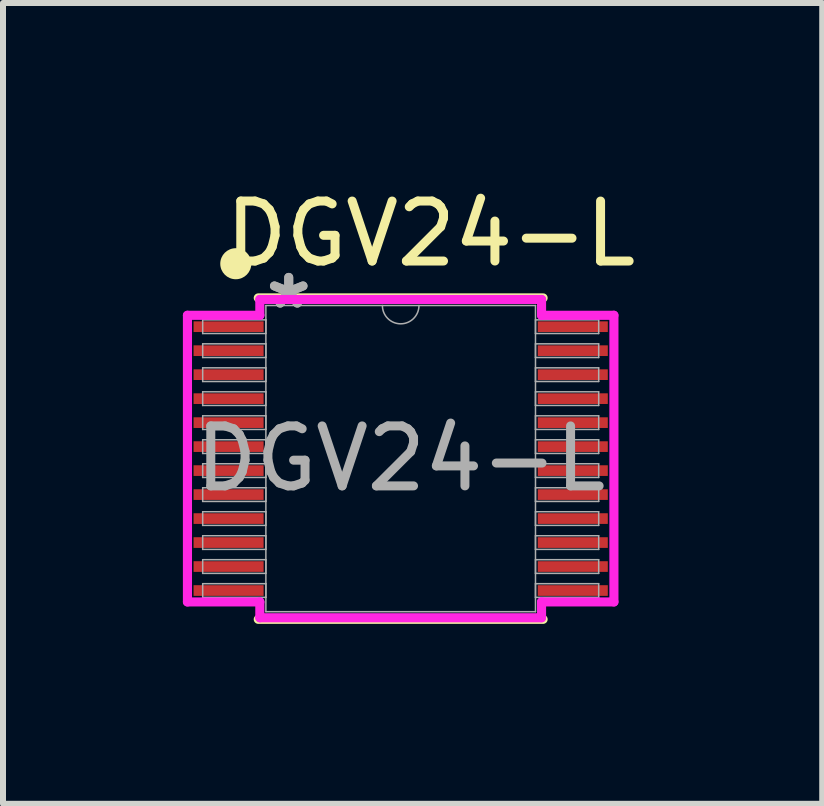
<source format=kicad_pcb>
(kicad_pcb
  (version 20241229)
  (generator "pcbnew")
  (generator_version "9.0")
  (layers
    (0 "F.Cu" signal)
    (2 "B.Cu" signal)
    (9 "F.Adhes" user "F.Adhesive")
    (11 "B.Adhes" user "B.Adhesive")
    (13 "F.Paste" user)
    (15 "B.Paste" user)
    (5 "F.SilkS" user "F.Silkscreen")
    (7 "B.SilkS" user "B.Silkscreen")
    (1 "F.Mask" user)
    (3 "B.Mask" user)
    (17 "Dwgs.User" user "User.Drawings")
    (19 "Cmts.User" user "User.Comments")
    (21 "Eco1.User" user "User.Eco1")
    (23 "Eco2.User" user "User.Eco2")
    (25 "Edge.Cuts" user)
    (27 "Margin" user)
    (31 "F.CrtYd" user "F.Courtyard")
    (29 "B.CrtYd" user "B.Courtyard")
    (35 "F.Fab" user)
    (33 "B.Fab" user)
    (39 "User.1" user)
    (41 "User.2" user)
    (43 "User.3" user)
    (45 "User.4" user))
  (footprint "DGV24-L"
    (layer "F.Cu")
    (at 3.632 4.598)
    (property "Reference" "DGV24-L" (at 0.5 -3.75 0) (unlocked yes) (layer "F.SilkS") (effects (font (size 1 1) (thickness 0.15))))
    (attr smd)
    (fp_line (start -2.375 2.68) (end 2.375 2.68) (stroke (width 0.152) (type solid)) (layer "F.SilkS"))
    (fp_line (start 2.375 -2.68) (end -2.375 -2.68) (stroke (width 0.152) (type solid)) (layer "F.SilkS"))
    (fp_circle (center -2.75 -3.25) (end -2.575 -3.136) (stroke (width 0.1) (type default)) (fill yes) (layer "F.SilkS"))
    (fp_line (start -3.556 -2.39) (end -2.349 -2.39) (stroke (width 0.152) (type solid)) (layer "F.CrtYd"))
    (fp_line (start -3.556 2.39) (end -3.556 -2.39) (stroke (width 0.152) (type solid)) (layer "F.CrtYd"))
    (fp_line (start -3.556 2.39) (end -2.349 2.39) (stroke (width 0.152) (type solid)) (layer "F.CrtYd"))
    (fp_line (start -2.349 -2.654) (end 2.349 -2.654) (stroke (width 0.152) (type solid)) (layer "F.CrtYd"))
    (fp_line (start -2.349 -2.39) (end -2.349 -2.654) (stroke (width 0.152) (type solid)) (layer "F.CrtYd"))
    (fp_line (start -2.349 2.654) (end -2.349 2.39) (stroke (width 0.152) (type solid)) (layer "F.CrtYd"))
    (fp_line (start 2.349 -2.654) (end 2.349 -2.39) (stroke (width 0.152) (type solid)) (layer "F.CrtYd"))
    (fp_line (start 2.349 2.39) (end 2.349 2.654) (stroke (width 0.152) (type solid)) (layer "F.CrtYd"))
    (fp_line (start 2.349 2.654) (end -2.349 2.654) (stroke (width 0.152) (type solid)) (layer "F.CrtYd"))
    (fp_line (start 3.556 -2.39) (end 2.349 -2.39) (stroke (width 0.152) (type solid)) (layer "F.CrtYd"))
    (fp_line (start 3.556 -2.39) (end 3.556 2.39) (stroke (width 0.152) (type solid)) (layer "F.CrtYd"))
    (fp_line (start 3.556 2.39) (end 2.349 2.39) (stroke (width 0.152) (type solid)) (layer "F.CrtYd"))
    (fp_line (start -3.302 -2.314) (end -3.302 -2.086) (stroke (width 0.025) (type solid)) (layer "F.Fab"))
    (fp_line (start -3.302 -2.086) (end -2.248 -2.086) (stroke (width 0.025) (type solid)) (layer "F.Fab"))
    (fp_line (start -3.302 -1.914) (end -3.302 -1.686) (stroke (width 0.025) (type solid)) (layer "F.Fab"))
    (fp_line (start -3.302 -1.686) (end -2.248 -1.686) (stroke (width 0.025) (type solid)) (layer "F.Fab"))
    (fp_line (start -3.302 -1.514) (end -3.302 -1.286) (stroke (width 0.025) (type solid)) (layer "F.Fab"))
    (fp_line (start -3.302 -1.286) (end -2.248 -1.286) (stroke (width 0.025) (type solid)) (layer "F.Fab"))
    (fp_line (start -3.302 -1.114) (end -3.302 -0.886) (stroke (width 0.025) (type solid)) (layer "F.Fab"))
    (fp_line (start -3.302 -0.886) (end -2.248 -0.886) (stroke (width 0.025) (type solid)) (layer "F.Fab"))
    (fp_line (start -3.302 -0.714) (end -3.302 -0.486) (stroke (width 0.025) (type solid)) (layer "F.Fab"))
    (fp_line (start -3.302 -0.486) (end -2.248 -0.486) (stroke (width 0.025) (type solid)) (layer "F.Fab"))
    (fp_line (start -3.302 -0.314) (end -3.302 -0.086) (stroke (width 0.025) (type solid)) (layer "F.Fab"))
    (fp_line (start -3.302 -0.086) (end -2.248 -0.086) (stroke (width 0.025) (type solid)) (layer "F.Fab"))
    (fp_line (start -3.302 0.086) (end -3.302 0.314) (stroke (width 0.025) (type solid)) (layer "F.Fab"))
    (fp_line (start -3.302 0.314) (end -2.248 0.314) (stroke (width 0.025) (type solid)) (layer "F.Fab"))
    (fp_line (start -3.302 0.486) (end -3.302 0.714) (stroke (width 0.025) (type solid)) (layer "F.Fab"))
    (fp_line (start -3.302 0.714) (end -2.248 0.714) (stroke (width 0.025) (type solid)) (layer "F.Fab"))
    (fp_line (start -3.302 0.886) (end -3.302 1.114) (stroke (width 0.025) (type solid)) (layer "F.Fab"))
    (fp_line (start -3.302 1.114) (end -2.248 1.114) (stroke (width 0.025) (type solid)) (layer "F.Fab"))
    (fp_line (start -3.302 1.286) (end -3.302 1.514) (stroke (width 0.025) (type solid)) (layer "F.Fab"))
    (fp_line (start -3.302 1.514) (end -2.248 1.514) (stroke (width 0.025) (type solid)) (layer "F.Fab"))
    (fp_line (start -3.302 1.686) (end -3.302 1.914) (stroke (width 0.025) (type solid)) (layer "F.Fab"))
    (fp_line (start -3.302 1.914) (end -2.248 1.914) (stroke (width 0.025) (type solid)) (layer "F.Fab"))
    (fp_line (start -3.302 2.086) (end -3.302 2.314) (stroke (width 0.025) (type solid)) (layer "F.Fab"))
    (fp_line (start -3.302 2.314) (end -2.248 2.314) (stroke (width 0.025) (type solid)) (layer "F.Fab"))
    (fp_line (start -2.248 -2.553) (end -2.248 2.553) (stroke (width 0.025) (type solid)) (layer "F.Fab"))
    (fp_line (start -2.248 -2.314) (end -3.302 -2.314) (stroke (width 0.025) (type solid)) (layer "F.Fab"))
    (fp_line (start -2.248 -2.086) (end -2.248 -2.314) (stroke (width 0.025) (type solid)) (layer "F.Fab"))
    (fp_line (start -2.248 -1.914) (end -3.302 -1.914) (stroke (width 0.025) (type solid)) (layer "F.Fab"))
    (fp_line (start -2.248 -1.686) (end -2.248 -1.914) (stroke (width 0.025) (type solid)) (layer "F.Fab"))
    (fp_line (start -2.248 -1.514) (end -3.302 -1.514) (stroke (width 0.025) (type solid)) (layer "F.Fab"))
    (fp_line (start -2.248 -1.286) (end -2.248 -1.514) (stroke (width 0.025) (type solid)) (layer "F.Fab"))
    (fp_line (start -2.248 -1.114) (end -3.302 -1.114) (stroke (width 0.025) (type solid)) (layer "F.Fab"))
    (fp_line (start -2.248 -0.886) (end -2.248 -1.114) (stroke (width 0.025) (type solid)) (layer "F.Fab"))
    (fp_line (start -2.248 -0.714) (end -3.302 -0.714) (stroke (width 0.025) (type solid)) (layer "F.Fab"))
    (fp_line (start -2.248 -0.486) (end -2.248 -0.714) (stroke (width 0.025) (type solid)) (layer "F.Fab"))
    (fp_line (start -2.248 -0.314) (end -3.302 -0.314) (stroke (width 0.025) (type solid)) (layer "F.Fab"))
    (fp_line (start -2.248 -0.086) (end -2.248 -0.314) (stroke (width 0.025) (type solid)) (layer "F.Fab"))
    (fp_line (start -2.248 0.086) (end -3.302 0.086) (stroke (width 0.025) (type solid)) (layer "F.Fab"))
    (fp_line (start -2.248 0.314) (end -2.248 0.086) (stroke (width 0.025) (type solid)) (layer "F.Fab"))
    (fp_line (start -2.248 0.486) (end -3.302 0.486) (stroke (width 0.025) (type solid)) (layer "F.Fab"))
    (fp_line (start -2.248 0.714) (end -2.248 0.486) (stroke (width 0.025) (type solid)) (layer "F.Fab"))
    (fp_line (start -2.248 0.886) (end -3.302 0.886) (stroke (width 0.025) (type solid)) (layer "F.Fab"))
    (fp_line (start -2.248 1.114) (end -2.248 0.886) (stroke (width 0.025) (type solid)) (layer "F.Fab"))
    (fp_line (start -2.248 1.286) (end -3.302 1.286) (stroke (width 0.025) (type solid)) (layer "F.Fab"))
    (fp_line (start -2.248 1.514) (end -2.248 1.286) (stroke (width 0.025) (type solid)) (layer "F.Fab"))
    (fp_line (start -2.248 1.686) (end -3.302 1.686) (stroke (width 0.025) (type solid)) (layer "F.Fab"))
    (fp_line (start -2.248 1.914) (end -2.248 1.686) (stroke (width 0.025) (type solid)) (layer "F.Fab"))
    (fp_line (start -2.248 2.086) (end -3.302 2.086) (stroke (width 0.025) (type solid)) (layer "F.Fab"))
    (fp_line (start -2.248 2.314) (end -2.248 2.086) (stroke (width 0.025) (type solid)) (layer "F.Fab"))
    (fp_line (start -2.248 2.553) (end 2.248 2.553) (stroke (width 0.025) (type solid)) (layer "F.Fab"))
    (fp_line (start 2.248 -2.553) (end -2.248 -2.553) (stroke (width 0.025) (type solid)) (layer "F.Fab"))
    (fp_line (start 2.248 -2.314) (end 2.248 -2.086) (stroke (width 0.025) (type solid)) (layer "F.Fab"))
    (fp_line (start 2.248 -2.086) (end 3.302 -2.086) (stroke (width 0.025) (type solid)) (layer "F.Fab"))
    (fp_line (start 2.248 -1.914) (end 2.248 -1.686) (stroke (width 0.025) (type solid)) (layer "F.Fab"))
    (fp_line (start 2.248 -1.686) (end 3.302 -1.686) (stroke (width 0.025) (type solid)) (layer "F.Fab"))
    (fp_line (start 2.248 -1.514) (end 2.248 -1.286) (stroke (width 0.025) (type solid)) (layer "F.Fab"))
    (fp_line (start 2.248 -1.286) (end 3.302 -1.286) (stroke (width 0.025) (type solid)) (layer "F.Fab"))
    (fp_line (start 2.248 -1.114) (end 2.248 -0.886) (stroke (width 0.025) (type solid)) (layer "F.Fab"))
    (fp_line (start 2.248 -0.886) (end 3.302 -0.886) (stroke (width 0.025) (type solid)) (layer "F.Fab"))
    (fp_line (start 2.248 -0.714) (end 2.248 -0.486) (stroke (width 0.025) (type solid)) (layer "F.Fab"))
    (fp_line (start 2.248 -0.486) (end 3.302 -0.486) (stroke (width 0.025) (type solid)) (layer "F.Fab"))
    (fp_line (start 2.248 -0.314) (end 2.248 -0.086) (stroke (width 0.025) (type solid)) (layer "F.Fab"))
    (fp_line (start 2.248 -0.086) (end 3.302 -0.086) (stroke (width 0.025) (type solid)) (layer "F.Fab"))
    (fp_line (start 2.248 0.086) (end 2.248 0.314) (stroke (width 0.025) (type solid)) (layer "F.Fab"))
    (fp_line (start 2.248 0.314) (end 3.302 0.314) (stroke (width 0.025) (type solid)) (layer "F.Fab"))
    (fp_line (start 2.248 0.486) (end 2.248 0.714) (stroke (width 0.025) (type solid)) (layer "F.Fab"))
    (fp_line (start 2.248 0.714) (end 3.302 0.714) (stroke (width 0.025) (type solid)) (layer "F.Fab"))
    (fp_line (start 2.248 0.886) (end 2.248 1.114) (stroke (width 0.025) (type solid)) (layer "F.Fab"))
    (fp_line (start 2.248 1.114) (end 3.302 1.114) (stroke (width 0.025) (type solid)) (layer "F.Fab"))
    (fp_line (start 2.248 1.286) (end 2.248 1.514) (stroke (width 0.025) (type solid)) (layer "F.Fab"))
    (fp_line (start 2.248 1.514) (end 3.302 1.514) (stroke (width 0.025) (type solid)) (layer "F.Fab"))
    (fp_line (start 2.248 1.686) (end 2.248 1.914) (stroke (width 0.025) (type solid)) (layer "F.Fab"))
    (fp_line (start 2.248 1.914) (end 3.302 1.914) (stroke (width 0.025) (type solid)) (layer "F.Fab"))
    (fp_line (start 2.248 2.086) (end 2.248 2.314) (stroke (width 0.025) (type solid)) (layer "F.Fab"))
    (fp_line (start 2.248 2.314) (end 3.302 2.314) (stroke (width 0.025) (type solid)) (layer "F.Fab"))
    (fp_line (start 2.248 2.553) (end 2.248 -2.553) (stroke (width 0.025) (type solid)) (layer "F.Fab"))
    (fp_line (start 3.302 -2.314) (end 2.248 -2.314) (stroke (width 0.025) (type solid)) (layer "F.Fab"))
    (fp_line (start 3.302 -2.086) (end 3.302 -2.314) (stroke (width 0.025) (type solid)) (layer "F.Fab"))
    (fp_line (start 3.302 -1.914) (end 2.248 -1.914) (stroke (width 0.025) (type solid)) (layer "F.Fab"))
    (fp_line (start 3.302 -1.686) (end 3.302 -1.914) (stroke (width 0.025) (type solid)) (layer "F.Fab"))
    (fp_line (start 3.302 -1.514) (end 2.248 -1.514) (stroke (width 0.025) (type solid)) (layer "F.Fab"))
    (fp_line (start 3.302 -1.286) (end 3.302 -1.514) (stroke (width 0.025) (type solid)) (layer "F.Fab"))
    (fp_line (start 3.302 -1.114) (end 2.248 -1.114) (stroke (width 0.025) (type solid)) (layer "F.Fab"))
    (fp_line (start 3.302 -0.886) (end 3.302 -1.114) (stroke (width 0.025) (type solid)) (layer "F.Fab"))
    (fp_line (start 3.302 -0.714) (end 2.248 -0.714) (stroke (width 0.025) (type solid)) (layer "F.Fab"))
    (fp_line (start 3.302 -0.486) (end 3.302 -0.714) (stroke (width 0.025) (type solid)) (layer "F.Fab"))
    (fp_line (start 3.302 -0.314) (end 2.248 -0.314) (stroke (width 0.025) (type solid)) (layer "F.Fab"))
    (fp_line (start 3.302 -0.086) (end 3.302 -0.314) (stroke (width 0.025) (type solid)) (layer "F.Fab"))
    (fp_line (start 3.302 0.086) (end 2.248 0.086) (stroke (width 0.025) (type solid)) (layer "F.Fab"))
    (fp_line (start 3.302 0.314) (end 3.302 0.086) (stroke (width 0.025) (type solid)) (layer "F.Fab"))
    (fp_line (start 3.302 0.486) (end 2.248 0.486) (stroke (width 0.025) (type solid)) (layer "F.Fab"))
    (fp_line (start 3.302 0.714) (end 3.302 0.486) (stroke (width 0.025) (type solid)) (layer "F.Fab"))
    (fp_line (start 3.302 0.886) (end 2.248 0.886) (stroke (width 0.025) (type solid)) (layer "F.Fab"))
    (fp_line (start 3.302 1.114) (end 3.302 0.886) (stroke (width 0.025) (type solid)) (layer "F.Fab"))
    (fp_line (start 3.302 1.286) (end 2.248 1.286) (stroke (width 0.025) (type solid)) (layer "F.Fab"))
    (fp_line (start 3.302 1.514) (end 3.302 1.286) (stroke (width 0.025) (type solid)) (layer "F.Fab"))
    (fp_line (start 3.302 1.686) (end 2.248 1.686) (stroke (width 0.025) (type solid)) (layer "F.Fab"))
    (fp_line (start 3.302 1.914) (end 3.302 1.686) (stroke (width 0.025) (type solid)) (layer "F.Fab"))
    (fp_line (start 3.302 2.086) (end 2.248 2.086) (stroke (width 0.025) (type solid)) (layer "F.Fab"))
    (fp_line (start 3.302 2.314) (end 3.302 2.086) (stroke (width 0.025) (type solid)) (layer "F.Fab"))
    (fp_arc (start 0.3048 -2.5527) (mid 0 -2.2479) (end -0.3048 -2.5527) (stroke (width 0.0254) (type solid)) (layer "F.Fab"))
    (fp_text user "${REFERENCE}" (at 0 0 0) (unlocked yes) (layer "F.Fab") (effects (font (size 1 1) (thickness 0.15))))
    (fp_text user "*" (at -1.867 -2.477 0) (layer "F.Fab") (effects (font (size 1 1) (thickness 0.15))))
    (fp_text user "*" (at -1.867 -2.477 0) (unlocked yes) (layer "F.Fab") (effects (font (size 1 1) (thickness 0.15))))
    (pad "1" smd rect (at -2.87 -2.2) (size 1.168 0.178) (layers "F.Cu" "F.Mask" "F.Paste"))
    (pad "2" smd rect (at -2.87 -1.8) (size 1.168 0.178) (layers "F.Cu" "F.Mask" "F.Paste"))
    (pad "3" smd rect (at -2.87 -1.4) (size 1.168 0.178) (layers "F.Cu" "F.Mask" "F.Paste"))
    (pad "4" smd rect (at -2.87 -1) (size 1.168 0.178) (layers "F.Cu" "F.Mask" "F.Paste"))
    (pad "5" smd rect (at -2.87 -0.6) (size 1.168 0.178) (layers "F.Cu" "F.Mask" "F.Paste"))
    (pad "6" smd rect (at -2.87 -0.2) (size 1.168 0.178) (layers "F.Cu" "F.Mask" "F.Paste"))
    (pad "7" smd rect (at -2.87 0.2) (size 1.168 0.178) (layers "F.Cu" "F.Mask" "F.Paste"))
    (pad "8" smd rect (at -2.87 0.6) (size 1.168 0.178) (layers "F.Cu" "F.Mask" "F.Paste"))
    (pad "9" smd rect (at -2.87 1) (size 1.168 0.178) (layers "F.Cu" "F.Mask" "F.Paste"))
    (pad "10" smd rect (at -2.87 1.4) (size 1.168 0.178) (layers "F.Cu" "F.Mask" "F.Paste"))
    (pad "11" smd rect (at -2.87 1.8) (size 1.168 0.178) (layers "F.Cu" "F.Mask" "F.Paste"))
    (pad "12" smd rect (at -2.87 2.2) (size 1.168 0.178) (layers "F.Cu" "F.Mask" "F.Paste"))
    (pad "13" smd rect (at 2.87 2.2) (size 1.168 0.178) (layers "F.Cu" "F.Mask" "F.Paste"))
    (pad "14" smd rect (at 2.87 1.8) (size 1.168 0.178) (layers "F.Cu" "F.Mask" "F.Paste"))
    (pad "15" smd rect (at 2.87 1.4) (size 1.168 0.178) (layers "F.Cu" "F.Mask" "F.Paste"))
    (pad "16" smd rect (at 2.87 1) (size 1.168 0.178) (layers "F.Cu" "F.Mask" "F.Paste"))
    (pad "17" smd rect (at 2.87 0.6) (size 1.168 0.178) (layers "F.Cu" "F.Mask" "F.Paste"))
    (pad "18" smd rect (at 2.87 0.2) (size 1.168 0.178) (layers "F.Cu" "F.Mask" "F.Paste"))
    (pad "19" smd rect (at 2.87 -0.2) (size 1.168 0.178) (layers "F.Cu" "F.Mask" "F.Paste"))
    (pad "20" smd rect (at 2.87 -0.6) (size 1.168 0.178) (layers "F.Cu" "F.Mask" "F.Paste"))
    (pad "21" smd rect (at 2.87 -1) (size 1.168 0.178) (layers "F.Cu" "F.Mask" "F.Paste"))
    (pad "22" smd rect (at 2.87 -1.4) (size 1.168 0.178) (layers "F.Cu" "F.Mask" "F.Paste"))
    (pad "23" smd rect (at 2.87 -1.8) (size 1.168 0.178) (layers "F.Cu" "F.Mask" "F.Paste"))
    (pad "24" smd rect (at 2.87 -2.2) (size 1.168 0.178) (layers "F.Cu" "F.Mask" "F.Paste")))
  (gr_rect
    (start -3 -3)
    (end 10.662 10.354)
    (stroke (width 0.1) (type default))
    (fill no)
    (layer "Edge.Cuts")))
</source>
